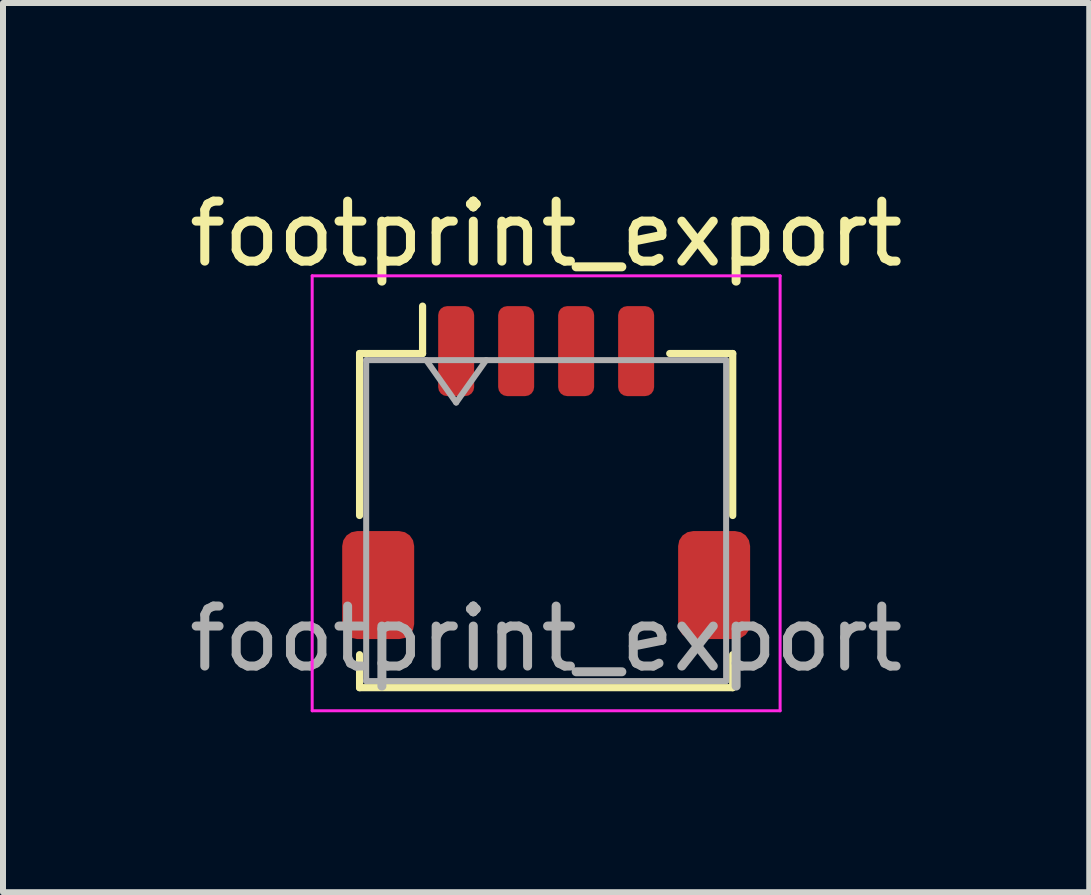
<source format=kicad_pcb>
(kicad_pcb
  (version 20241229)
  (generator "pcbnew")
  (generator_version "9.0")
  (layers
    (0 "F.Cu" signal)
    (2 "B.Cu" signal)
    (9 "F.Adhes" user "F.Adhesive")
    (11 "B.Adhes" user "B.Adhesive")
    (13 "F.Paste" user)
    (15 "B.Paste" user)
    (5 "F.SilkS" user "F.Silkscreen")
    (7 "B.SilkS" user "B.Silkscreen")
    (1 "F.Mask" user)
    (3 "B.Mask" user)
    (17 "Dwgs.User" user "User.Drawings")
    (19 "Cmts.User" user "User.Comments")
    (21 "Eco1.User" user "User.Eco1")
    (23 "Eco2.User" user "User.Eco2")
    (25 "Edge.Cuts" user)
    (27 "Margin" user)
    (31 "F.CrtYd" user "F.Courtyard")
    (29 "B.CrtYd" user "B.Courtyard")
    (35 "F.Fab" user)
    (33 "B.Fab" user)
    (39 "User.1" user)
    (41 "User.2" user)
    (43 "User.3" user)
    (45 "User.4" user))
  (footprint "footprint_export"
    (layer "F.Cu")
    (at 6.054 4.828)
    (property "Reference" "footprint_export" (at 0 -3.98 0) (layer "F.SilkS") (effects (font (size 1 1) (thickness 0.15))))
    (attr smd)
    (fp_line (start -3.11 -1.985) (end -2.06 -1.985) (stroke (width 0.12) (type solid)) (layer "F.SilkS"))
    (fp_line (start -3.11 0.715) (end -3.11 -1.985) (stroke (width 0.12) (type solid)) (layer "F.SilkS"))
    (fp_line (start -3.11 3.035) (end -3.11 3.585) (stroke (width 0.12) (type solid)) (layer "F.SilkS"))
    (fp_line (start -3.11 3.585) (end 3.11 3.585) (stroke (width 0.12) (type solid)) (layer "F.SilkS"))
    (fp_line (start -2.06 -1.985) (end -2.06 -2.775) (stroke (width 0.12) (type solid)) (layer "F.SilkS"))
    (fp_line (start 3.11 -1.985) (end 2.06 -1.985) (stroke (width 0.12) (type solid)) (layer "F.SilkS"))
    (fp_line (start 3.11 0.715) (end 3.11 -1.985) (stroke (width 0.12) (type solid)) (layer "F.SilkS"))
    (fp_line (start 3.11 3.585) (end 3.11 3.035) (stroke (width 0.12) (type solid)) (layer "F.SilkS"))
    (fp_line (start -3.9 -3.28) (end -3.9 3.97) (stroke (width 0.05) (type solid)) (layer "F.CrtYd"))
    (fp_line (start -3.9 3.97) (end 3.9 3.97) (stroke (width 0.05) (type solid)) (layer "F.CrtYd"))
    (fp_line (start 3.9 -3.28) (end -3.9 -3.28) (stroke (width 0.05) (type solid)) (layer "F.CrtYd"))
    (fp_line (start 3.9 3.97) (end 3.9 -3.28) (stroke (width 0.05) (type solid)) (layer "F.CrtYd"))
    (fp_line (start -3 -1.875) (end -3 3.475) (stroke (width 0.1) (type solid)) (layer "F.Fab"))
    (fp_line (start -3 -1.875) (end 3 -1.875) (stroke (width 0.1) (type solid)) (layer "F.Fab"))
    (fp_line (start -3 3.475) (end 3 3.475) (stroke (width 0.1) (type solid)) (layer "F.Fab"))
    (fp_line (start -2 -1.875) (end -1.5 -1.168) (stroke (width 0.1) (type solid)) (layer "F.Fab"))
    (fp_line (start -1.5 -1.168) (end -1 -1.875) (stroke (width 0.1) (type solid)) (layer "F.Fab"))
    (fp_line (start 3 -1.875) (end 3 3.475) (stroke (width 0.1) (type solid)) (layer "F.Fab"))
    (fp_text user "${REFERENCE}" (at 0 2.77 0) (layer "F.Fab") (effects (font (size 1 1) (thickness 0.15))))
    (pad "1" smd roundrect (at -1.5 -2.025) (size 0.6 1.5) (layers "F.Cu" "F.Mask" "F.Paste") (roundrect_rratio 0.25))
    (pad "2" smd roundrect (at -0.5 -2.025) (size 0.6 1.5) (layers "F.Cu" "F.Mask" "F.Paste") (roundrect_rratio 0.25))
    (pad "3" smd roundrect (at 0.5 -2.025) (size 0.6 1.5) (layers "F.Cu" "F.Mask" "F.Paste") (roundrect_rratio 0.25))
    (pad "4" smd roundrect (at 1.5 -2.025) (size 0.6 1.5) (layers "F.Cu" "F.Mask" "F.Paste") (roundrect_rratio 0.25))
    (pad "MP" smd roundrect (at -2.8 1.875) (size 1.2 1.8) (layers "F.Cu" "F.Mask" "F.Paste") (roundrect_rratio 0.208))
    (pad "MP" smd roundrect (at 2.8 1.875) (size 1.2 1.8) (layers "F.Cu" "F.Mask" "F.Paste") (roundrect_rratio 0.208)))
  (gr_rect
    (start -3 -3)
    (end 15.107 11.823)
    (stroke (width 0.1) (type default))
    (fill no)
    (layer "Edge.Cuts")))
</source>
